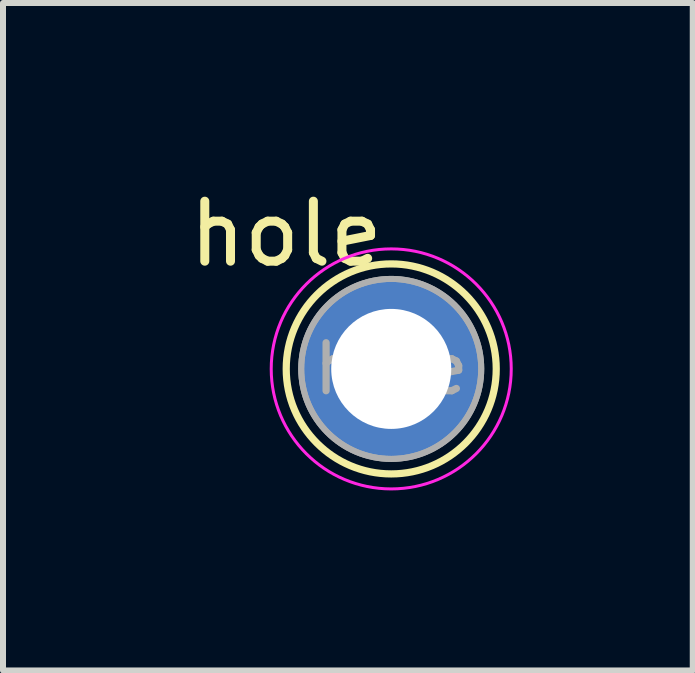
<source format=kicad_pcb>
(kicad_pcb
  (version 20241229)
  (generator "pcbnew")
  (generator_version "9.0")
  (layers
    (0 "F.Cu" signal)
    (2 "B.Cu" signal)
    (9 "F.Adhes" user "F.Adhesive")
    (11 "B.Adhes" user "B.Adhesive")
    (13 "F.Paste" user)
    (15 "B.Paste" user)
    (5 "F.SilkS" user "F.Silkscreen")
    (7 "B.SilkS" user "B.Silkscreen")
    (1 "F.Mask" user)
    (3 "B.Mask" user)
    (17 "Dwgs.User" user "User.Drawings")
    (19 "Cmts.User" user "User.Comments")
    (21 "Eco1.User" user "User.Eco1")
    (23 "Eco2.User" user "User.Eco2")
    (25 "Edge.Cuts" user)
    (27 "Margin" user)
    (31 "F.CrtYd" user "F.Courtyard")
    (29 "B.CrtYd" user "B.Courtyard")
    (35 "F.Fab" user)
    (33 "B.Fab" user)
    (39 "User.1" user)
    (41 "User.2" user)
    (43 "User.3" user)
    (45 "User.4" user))
  (footprint "hole"
    (layer "F.Cu")
    (at 3.47 3.098)
    (property "Reference" "hole" (at -1.75 -2.25 0) (layer "F.SilkS") (effects (font (size 1 1) (thickness 0.15))))
    (attr through_hole)
    (fp_circle (center 0 0) (end 1.75 0) (stroke (width 0.12) (type solid)) (fill no) (layer "F.SilkS"))
    (fp_circle (center 0 0) (end 2 0) (stroke (width 0.05) (type solid)) (fill no) (layer "F.CrtYd"))
    (fp_circle (center 0 0) (end 1.5 0) (stroke (width 0.1) (type solid)) (fill no) (layer "F.Fab"))
    (fp_circle (center 0 0) (end 1.5 0) (stroke (width 0.1) (type solid)) (fill no) (layer "F.Fab"))
    (fp_text user "${REFERENCE}" (at 0 0 0) (layer "F.Fab") (effects (font (size 0.8 0.8) (thickness 0.12))))
    (pad "" np_thru_hole circle (at 0 0) (size 3 3) (drill 2) (layers "*.Cu" "*.Mask")))
  (gr_rect
    (start -3 -3)
    (end 8.495 8.123)
    (stroke (width 0.1) (type default))
    (fill no)
    (layer "Edge.Cuts")))
</source>
